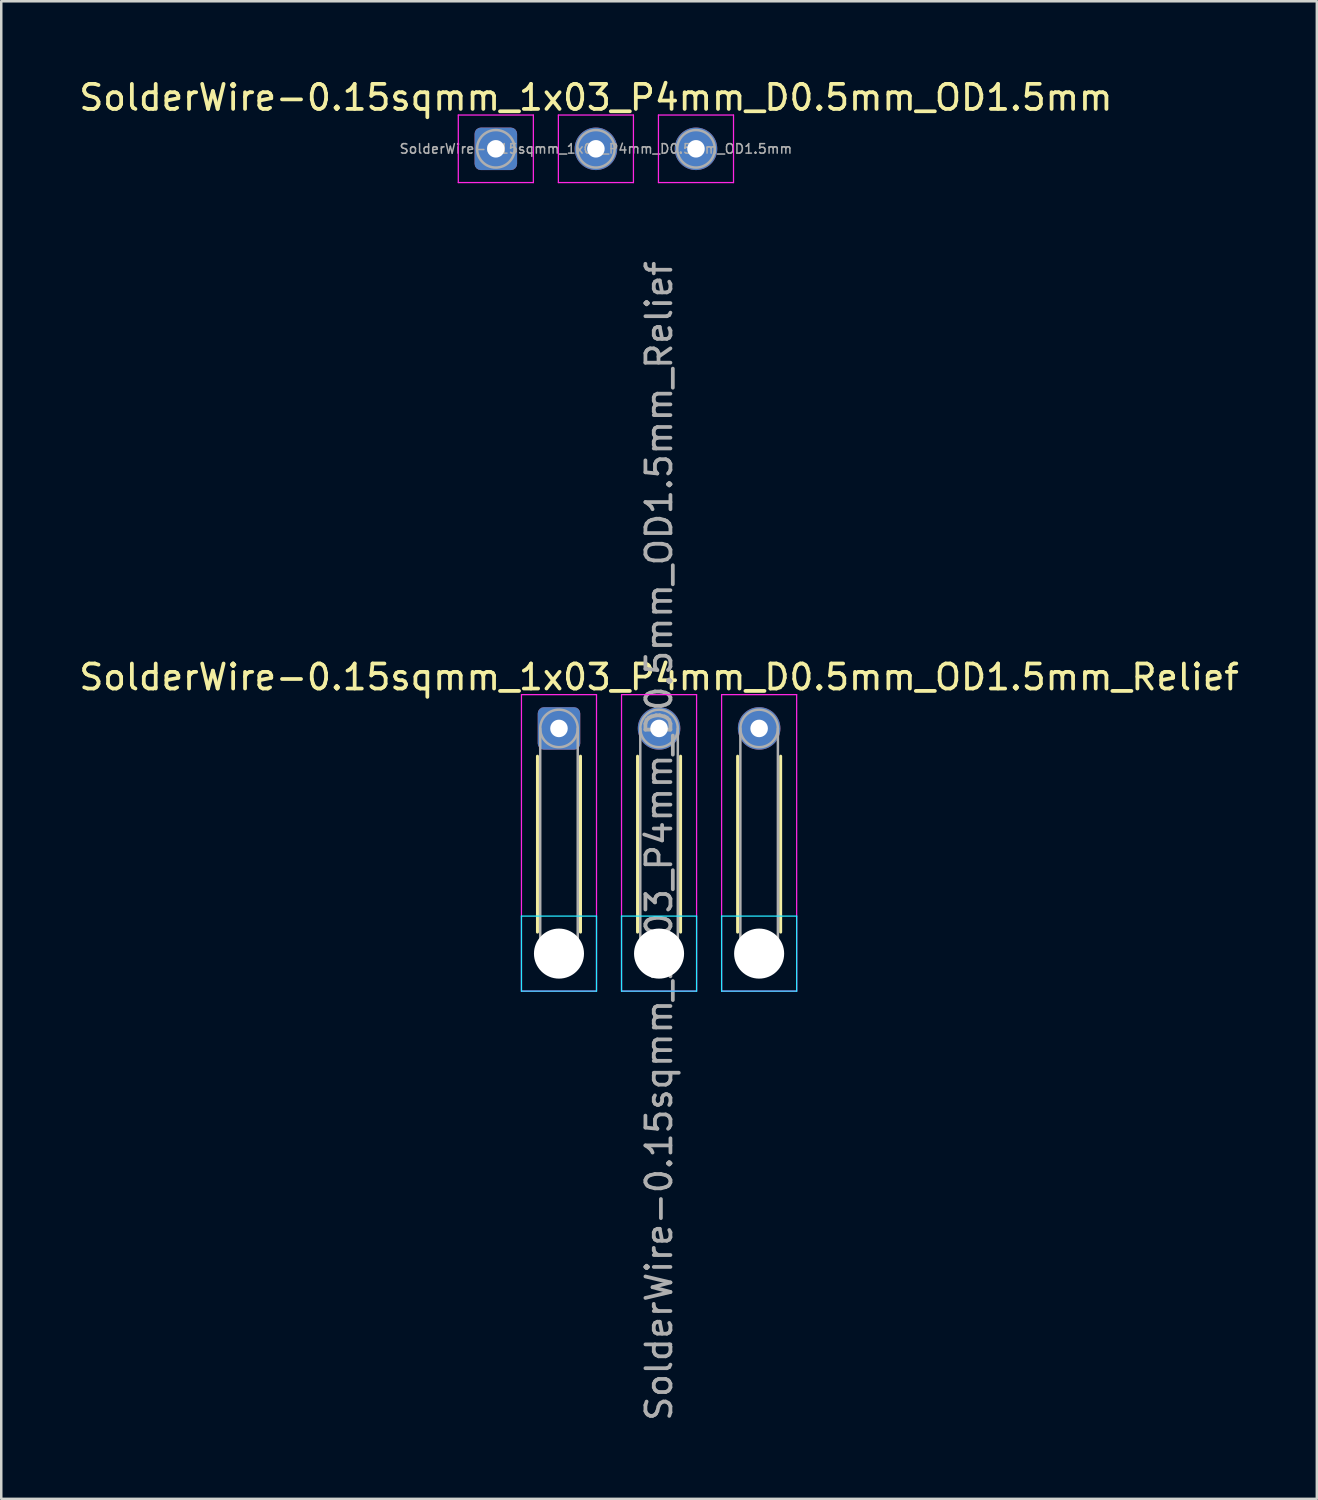
<source format=kicad_pcb>
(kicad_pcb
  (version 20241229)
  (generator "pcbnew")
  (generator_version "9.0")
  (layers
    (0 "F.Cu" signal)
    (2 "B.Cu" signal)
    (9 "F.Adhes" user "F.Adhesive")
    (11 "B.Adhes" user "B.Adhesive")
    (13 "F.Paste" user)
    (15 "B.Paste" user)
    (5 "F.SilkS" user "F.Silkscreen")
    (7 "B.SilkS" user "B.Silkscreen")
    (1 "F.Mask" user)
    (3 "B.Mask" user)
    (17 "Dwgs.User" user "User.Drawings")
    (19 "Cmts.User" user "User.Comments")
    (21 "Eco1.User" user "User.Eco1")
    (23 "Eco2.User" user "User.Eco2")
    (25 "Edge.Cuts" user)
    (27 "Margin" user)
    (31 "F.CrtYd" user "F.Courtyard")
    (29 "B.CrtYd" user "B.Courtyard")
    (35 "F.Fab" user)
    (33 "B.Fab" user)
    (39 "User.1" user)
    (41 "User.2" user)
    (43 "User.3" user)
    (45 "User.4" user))
  (footprint "SolderWire-0.15sqmm_1x03_P4mm_D0.5mm_OD1.5mm_Relief"
    (layer "F.Cu")
    (at 19.292 26.065)
    (property "Reference" "SolderWire-0.15sqmm_1x03_P4mm_D0.5mm_OD1.5mm_Relief" (at 4 -2.05 0) (layer "F.SilkS") (effects (font (size 1 1) (thickness 0.15))))
    (attr exclude_from_pos_files exclude_from_bom)
    (fp_line (start -0.86 1.11) (end -0.86 8.14) (stroke (width 0.12) (type solid)) (layer "F.SilkS"))
    (fp_line (start 0.86 1.11) (end 0.86 8.14) (stroke (width 0.12) (type solid)) (layer "F.SilkS"))
    (fp_line (start 3.14 1.11) (end 3.14 8.14) (stroke (width 0.12) (type solid)) (layer "F.SilkS"))
    (fp_line (start 4.86 1.11) (end 4.86 8.14) (stroke (width 0.12) (type solid)) (layer "F.SilkS"))
    (fp_line (start 7.14 1.11) (end 7.14 8.14) (stroke (width 0.12) (type solid)) (layer "F.SilkS"))
    (fp_line (start 8.86 1.11) (end 8.86 8.14) (stroke (width 0.12) (type solid)) (layer "F.SilkS"))
    (fp_line (start -1.5 7.5) (end -1.5 10.5) (stroke (width 0.05) (type solid)) (layer "B.CrtYd"))
    (fp_line (start -1.5 10.5) (end 1.5 10.5) (stroke (width 0.05) (type solid)) (layer "B.CrtYd"))
    (fp_line (start 1.5 7.5) (end -1.5 7.5) (stroke (width 0.05) (type solid)) (layer "B.CrtYd"))
    (fp_line (start 1.5 10.5) (end 1.5 7.5) (stroke (width 0.05) (type solid)) (layer "B.CrtYd"))
    (fp_line (start 2.5 7.5) (end 2.5 10.5) (stroke (width 0.05) (type solid)) (layer "B.CrtYd"))
    (fp_line (start 2.5 10.5) (end 5.5 10.5) (stroke (width 0.05) (type solid)) (layer "B.CrtYd"))
    (fp_line (start 5.5 7.5) (end 2.5 7.5) (stroke (width 0.05) (type solid)) (layer "B.CrtYd"))
    (fp_line (start 5.5 10.5) (end 5.5 7.5) (stroke (width 0.05) (type solid)) (layer "B.CrtYd"))
    (fp_line (start 6.5 7.5) (end 6.5 10.5) (stroke (width 0.05) (type solid)) (layer "B.CrtYd"))
    (fp_line (start 6.5 10.5) (end 9.5 10.5) (stroke (width 0.05) (type solid)) (layer "B.CrtYd"))
    (fp_line (start 9.5 7.5) (end 6.5 7.5) (stroke (width 0.05) (type solid)) (layer "B.CrtYd"))
    (fp_line (start 9.5 10.5) (end 9.5 7.5) (stroke (width 0.05) (type solid)) (layer "B.CrtYd"))
    (fp_line (start -1.5 -1.35) (end -1.5 10.5) (stroke (width 0.05) (type solid)) (layer "F.CrtYd"))
    (fp_line (start -1.5 10.5) (end 1.5 10.5) (stroke (width 0.05) (type solid)) (layer "F.CrtYd"))
    (fp_line (start 1.5 -1.35) (end -1.5 -1.35) (stroke (width 0.05) (type solid)) (layer "F.CrtYd"))
    (fp_line (start 1.5 10.5) (end 1.5 -1.35) (stroke (width 0.05) (type solid)) (layer "F.CrtYd"))
    (fp_line (start 2.5 -1.35) (end 2.5 10.5) (stroke (width 0.05) (type solid)) (layer "F.CrtYd"))
    (fp_line (start 2.5 10.5) (end 5.5 10.5) (stroke (width 0.05) (type solid)) (layer "F.CrtYd"))
    (fp_line (start 5.5 -1.35) (end 2.5 -1.35) (stroke (width 0.05) (type solid)) (layer "F.CrtYd"))
    (fp_line (start 5.5 10.5) (end 5.5 -1.35) (stroke (width 0.05) (type solid)) (layer "F.CrtYd"))
    (fp_line (start 6.5 -1.35) (end 6.5 10.5) (stroke (width 0.05) (type solid)) (layer "F.CrtYd"))
    (fp_line (start 6.5 10.5) (end 9.5 10.5) (stroke (width 0.05) (type solid)) (layer "F.CrtYd"))
    (fp_line (start 9.5 -1.35) (end 6.5 -1.35) (stroke (width 0.05) (type solid)) (layer "F.CrtYd"))
    (fp_line (start 9.5 10.5) (end 9.5 -1.35) (stroke (width 0.05) (type solid)) (layer "F.CrtYd"))
    (fp_line (start -0.75 0) (end -0.75 9) (stroke (width 0.1) (type solid)) (layer "F.Fab"))
    (fp_line (start 0.75 0) (end 0.75 9) (stroke (width 0.1) (type solid)) (layer "F.Fab"))
    (fp_line (start 3.25 0) (end 3.25 9) (stroke (width 0.1) (type solid)) (layer "F.Fab"))
    (fp_line (start 4.75 0) (end 4.75 9) (stroke (width 0.1) (type solid)) (layer "F.Fab"))
    (fp_line (start 7.25 0) (end 7.25 9) (stroke (width 0.1) (type solid)) (layer "F.Fab"))
    (fp_line (start 8.75 0) (end 8.75 9) (stroke (width 0.1) (type solid)) (layer "F.Fab"))
    (fp_circle (center 0 0) (end 0.75 0) (stroke (width 0.1) (type solid)) (fill no) (layer "F.Fab"))
    (fp_circle (center 0 9) (end 0.75 9) (stroke (width 0.1) (type solid)) (fill no) (layer "F.Fab"))
    (fp_circle (center 4 0) (end 4.75 0) (stroke (width 0.1) (type solid)) (fill no) (layer "F.Fab"))
    (fp_circle (center 4 9) (end 4.75 9) (stroke (width 0.1) (type solid)) (fill no) (layer "F.Fab"))
    (fp_circle (center 8 0) (end 8.75 0) (stroke (width 0.1) (type solid)) (fill no) (layer "F.Fab"))
    (fp_circle (center 8 9) (end 8.75 9) (stroke (width 0.1) (type solid)) (fill no) (layer "F.Fab"))
    (fp_text user "${REFERENCE}" (at 4 4.5 90) (layer "F.Fab") (effects (font (size 1 1) (thickness 0.15))))
    (pad "" np_thru_hole circle (at 0 9) (size 2 2) (drill 2) (layers "*.Cu" "*.Mask"))
    (pad "" np_thru_hole circle (at 4 9) (size 2 2) (drill 2) (layers "*.Cu" "*.Mask"))
    (pad "" np_thru_hole circle (at 8 9) (size 2 2) (drill 2) (layers "*.Cu" "*.Mask"))
    (pad "1" thru_hole roundrect (at 0 0) (size 1.7 1.7) (drill 0.7) (layers "*.Cu" "*.Mask") (roundrect_rratio 0.147))
    (pad "2" thru_hole circle (at 4 0) (size 1.7 1.7) (drill 0.7) (layers "*.Cu" "*.Mask"))
    (pad "3" thru_hole circle (at 8 0) (size 1.7 1.7) (drill 0.7) (layers "*.Cu" "*.Mask")))
  (footprint "SolderWire-0.15sqmm_1x03_P4mm_D0.5mm_OD1.5mm"
    (layer "F.Cu")
    (at 16.768 2.898)
    (property "Reference" "SolderWire-0.15sqmm_1x03_P4mm_D0.5mm_OD1.5mm" (at 4 -2.05 0) (layer "F.SilkS") (effects (font (size 1 1) (thickness 0.15))))
    (attr exclude_from_pos_files exclude_from_bom)
    (fp_line (start -1.5 -1.35) (end -1.5 1.35) (stroke (width 0.05) (type solid)) (layer "F.CrtYd"))
    (fp_line (start -1.5 1.35) (end 1.5 1.35) (stroke (width 0.05) (type solid)) (layer "F.CrtYd"))
    (fp_line (start 1.5 -1.35) (end -1.5 -1.35) (stroke (width 0.05) (type solid)) (layer "F.CrtYd"))
    (fp_line (start 1.5 1.35) (end 1.5 -1.35) (stroke (width 0.05) (type solid)) (layer "F.CrtYd"))
    (fp_line (start 2.5 -1.35) (end 2.5 1.35) (stroke (width 0.05) (type solid)) (layer "F.CrtYd"))
    (fp_line (start 2.5 1.35) (end 5.5 1.35) (stroke (width 0.05) (type solid)) (layer "F.CrtYd"))
    (fp_line (start 5.5 -1.35) (end 2.5 -1.35) (stroke (width 0.05) (type solid)) (layer "F.CrtYd"))
    (fp_line (start 5.5 1.35) (end 5.5 -1.35) (stroke (width 0.05) (type solid)) (layer "F.CrtYd"))
    (fp_line (start 6.5 -1.35) (end 6.5 1.35) (stroke (width 0.05) (type solid)) (layer "F.CrtYd"))
    (fp_line (start 6.5 1.35) (end 9.5 1.35) (stroke (width 0.05) (type solid)) (layer "F.CrtYd"))
    (fp_line (start 9.5 -1.35) (end 6.5 -1.35) (stroke (width 0.05) (type solid)) (layer "F.CrtYd"))
    (fp_line (start 9.5 1.35) (end 9.5 -1.35) (stroke (width 0.05) (type solid)) (layer "F.CrtYd"))
    (fp_circle (center 0 0) (end 0.75 0) (stroke (width 0.1) (type solid)) (fill no) (layer "F.Fab"))
    (fp_circle (center 4 0) (end 4.75 0) (stroke (width 0.1) (type solid)) (fill no) (layer "F.Fab"))
    (fp_circle (center 8 0) (end 8.75 0) (stroke (width 0.1) (type solid)) (fill no) (layer "F.Fab"))
    (fp_text user "${REFERENCE}" (at 4 0 0) (layer "F.Fab") (effects (font (size 0.38 0.38) (thickness 0.06))))
    (pad "1" thru_hole roundrect (at 0 0) (size 1.7 1.7) (drill 0.7) (layers "*.Cu" "*.Mask") (roundrect_rratio 0.147))
    (pad "2" thru_hole circle (at 4 0) (size 1.7 1.7) (drill 0.7) (layers "*.Cu" "*.Mask"))
    (pad "3" thru_hole circle (at 8 0) (size 1.7 1.7) (drill 0.7) (layers "*.Cu" "*.Mask")))
  (gr_rect
    (start -3 -3)
    (end 49.583 56.857)
    (stroke (width 0.1) (type default))
    (fill no)
    (layer "Edge.Cuts")))
</source>
